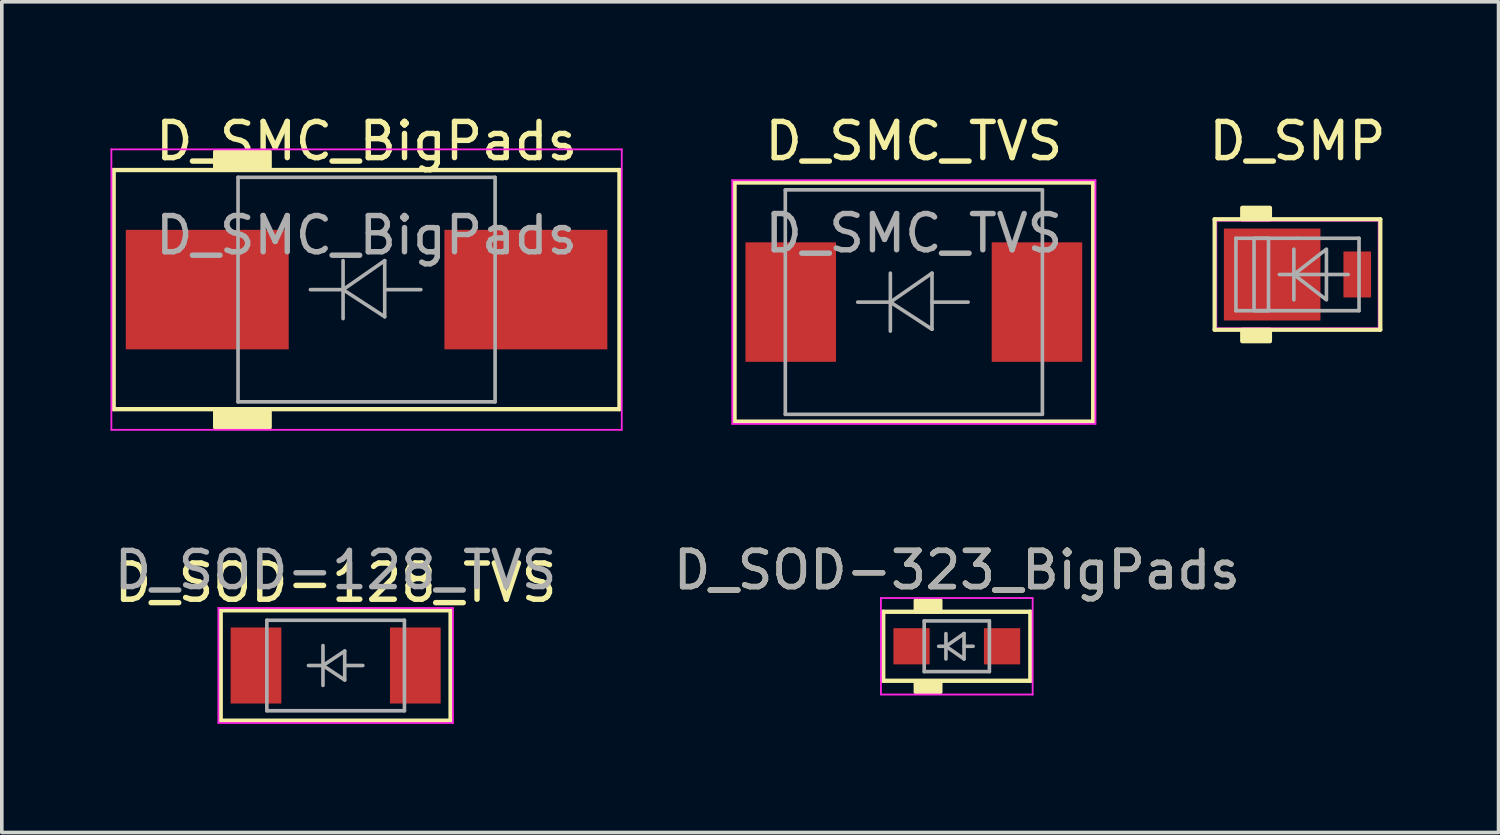
<source format=kicad_pcb>
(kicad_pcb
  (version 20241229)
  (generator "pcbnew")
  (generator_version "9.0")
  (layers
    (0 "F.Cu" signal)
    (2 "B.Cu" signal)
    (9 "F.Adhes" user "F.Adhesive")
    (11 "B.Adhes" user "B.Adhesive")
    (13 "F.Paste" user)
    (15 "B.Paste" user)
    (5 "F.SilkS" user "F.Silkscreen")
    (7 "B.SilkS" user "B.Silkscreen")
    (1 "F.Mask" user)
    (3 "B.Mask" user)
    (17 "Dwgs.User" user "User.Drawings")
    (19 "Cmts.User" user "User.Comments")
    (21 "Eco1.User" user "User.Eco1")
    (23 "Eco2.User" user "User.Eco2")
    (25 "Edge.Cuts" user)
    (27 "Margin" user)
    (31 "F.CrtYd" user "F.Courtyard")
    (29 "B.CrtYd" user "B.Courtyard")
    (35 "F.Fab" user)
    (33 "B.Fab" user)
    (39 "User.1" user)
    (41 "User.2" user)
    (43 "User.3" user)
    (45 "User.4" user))
  (footprint "D_SMC_TVS"
    (layer "F.Cu")
    (at 22.189 5.293)
    (property "Reference" "D_SMC_TVS" (at 0 -4.445 0) (layer "F.SilkS") (effects (font (size 1 1) (thickness 0.15))))
    (attr smd)
    (fp_line (start -4.953 -3.302) (end 4.953 -3.302) (stroke (width 0.12) (type solid)) (layer "F.SilkS"))
    (fp_line (start -4.953 3.302) (end -4.953 -3.302) (stroke (width 0.12) (type solid)) (layer "F.SilkS"))
    (fp_line (start 4.953 -3.302) (end 4.953 3.302) (stroke (width 0.12) (type solid)) (layer "F.SilkS"))
    (fp_line (start 4.953 3.302) (end -4.953 3.302) (stroke (width 0.12) (type solid)) (layer "F.SilkS"))
    (fp_line (start -5.016 -3.365) (end 5.016 -3.365) (stroke (width 0.05) (type solid)) (layer "F.CrtYd"))
    (fp_line (start -5.016 3.365) (end -5.016 -3.365) (stroke (width 0.05) (type solid)) (layer "F.CrtYd"))
    (fp_line (start 5.016 -3.365) (end 5.016 3.365) (stroke (width 0.05) (type solid)) (layer "F.CrtYd"))
    (fp_line (start 5.016 3.365) (end -5.016 3.365) (stroke (width 0.05) (type solid)) (layer "F.CrtYd"))
    (fp_line (start -3.55 3.1) (end -3.55 -3.1) (stroke (width 0.1) (type solid)) (layer "F.Fab"))
    (fp_line (start -0.649 -0.799) (end -0.649 0.801) (stroke (width 0.1) (type solid)) (layer "F.Fab"))
    (fp_line (start -0.649 0.001) (end -1.551 0.001) (stroke (width 0.1) (type solid)) (layer "F.Fab"))
    (fp_line (start -0.649 0.001) (end 0.501 -0.799) (stroke (width 0.1) (type solid)) (layer "F.Fab"))
    (fp_line (start -0.649 0.001) (end 0.501 0.75) (stroke (width 0.1) (type solid)) (layer "F.Fab"))
    (fp_line (start 0.501 0.001) (end 1.499 0.001) (stroke (width 0.1) (type solid)) (layer "F.Fab"))
    (fp_line (start 0.501 0.75) (end 0.501 -0.799) (stroke (width 0.1) (type solid)) (layer "F.Fab"))
    (fp_line (start 3.55 -3.1) (end -3.55 -3.1) (stroke (width 0.1) (type solid)) (layer "F.Fab"))
    (fp_line (start 3.55 -3.1) (end 3.55 3.1) (stroke (width 0.1) (type solid)) (layer "F.Fab"))
    (fp_line (start 3.55 3.1) (end -3.55 3.1) (stroke (width 0.1) (type solid)) (layer "F.Fab"))
    (fp_text user "${REFERENCE}" (at 0 -1.9 0) (layer "F.Fab") (effects (font (size 1 1) (thickness 0.15))))
    (pad "1" smd rect (at -3.4 0 90) (size 3.3 2.5) (layers "F.Cu" "F.Mask" "F.Paste"))
    (pad "2" smd rect (at 3.4 0 90) (size 3.3 2.5) (layers "F.Cu" "F.Mask" "F.Paste")))
  (footprint "D_SOD-323_BigPads"
    (layer "F.Cu")
    (at 23.375 14.799)
    (property "Reference" "D_SOD-323_BigPads" (at 0 -2.104 0) (layer "F.SilkS") (effects (font (size 1 1) (thickness 0.15))))
    (attr smd)
    (fp_line (start -2.032 -0.953) (end -2.032 0.953) (stroke (width 0.12) (type solid)) (layer "F.SilkS"))
    (fp_line (start -2.032 0.953) (end 2.032 0.953) (stroke (width 0.12) (type solid)) (layer "F.SilkS"))
    (fp_line (start 2.032 -0.953) (end -2.032 -0.953) (stroke (width 0.12) (type solid)) (layer "F.SilkS"))
    (fp_line (start 2.032 0.953) (end 2.032 -0.953) (stroke (width 0.12) (type solid)) (layer "F.SilkS"))
    (fp_poly (pts (xy -0.445 -0.953) (xy -1.143 -0.953) (xy -1.143 -1.27) (xy -0.445 -1.27)) (stroke (width 0.1) (type solid)) (fill yes) (layer "F.SilkS"))
    (fp_poly (pts (xy -0.445 1.27) (xy -1.143 1.27) (xy -1.143 0.953) (xy -0.445 0.953)) (stroke (width 0.1) (type solid)) (fill yes) (layer "F.SilkS"))
    (fp_line (start -2.095 -1.333) (end -2.095 1.333) (stroke (width 0.05) (type solid)) (layer "F.CrtYd"))
    (fp_line (start -2.095 -1.333) (end 2.095 -1.333) (stroke (width 0.05) (type solid)) (layer "F.CrtYd"))
    (fp_line (start -2.095 1.333) (end 2.095 1.333) (stroke (width 0.05) (type solid)) (layer "F.CrtYd"))
    (fp_line (start 2.095 -1.333) (end 2.095 1.333) (stroke (width 0.05) (type solid)) (layer "F.CrtYd"))
    (fp_line (start -0.9 -0.7) (end 0.9 -0.7) (stroke (width 0.1) (type solid)) (layer "F.Fab"))
    (fp_line (start -0.9 0.7) (end -0.9 -0.7) (stroke (width 0.1) (type solid)) (layer "F.Fab"))
    (fp_line (start -0.3 -0.35) (end -0.3 0.35) (stroke (width 0.1) (type solid)) (layer "F.Fab"))
    (fp_line (start -0.3 0) (end -0.5 0) (stroke (width 0.1) (type solid)) (layer "F.Fab"))
    (fp_line (start -0.3 0) (end 0.2 -0.35) (stroke (width 0.1) (type solid)) (layer "F.Fab"))
    (fp_line (start 0.2 -0.35) (end 0.2 0.35) (stroke (width 0.1) (type solid)) (layer "F.Fab"))
    (fp_line (start 0.2 0) (end 0.45 0) (stroke (width 0.1) (type solid)) (layer "F.Fab"))
    (fp_line (start 0.2 0.35) (end -0.3 0) (stroke (width 0.1) (type solid)) (layer "F.Fab"))
    (fp_line (start 0.9 -0.7) (end 0.9 0.7) (stroke (width 0.1) (type solid)) (layer "F.Fab"))
    (fp_line (start 0.9 0.7) (end -0.9 0.7) (stroke (width 0.1) (type solid)) (layer "F.Fab"))
    (fp_text user "${REFERENCE}" (at 0 -2.104 0) (layer "F.Fab") (effects (font (size 1 1) (thickness 0.15))))
    (pad "1" smd rect (at -1.25 0) (size 1 1) (layers "F.Cu" "F.Mask" "F.Paste"))
    (pad "2" smd rect (at 1.25 0) (size 1 1) (layers "F.Cu" "F.Mask" "F.Paste")))
  (footprint "D_SMC_BigPads"
    (layer "F.Cu")
    (at 7.074 4.948)
    (property "Reference" "D_SMC_BigPads" (at 0 -4.1 0) (layer "F.SilkS") (effects (font (size 1 1) (thickness 0.15))))
    (attr smd)
    (fp_line (start -6.985 -3.302) (end -6.985 3.302) (stroke (width 0.12) (type solid)) (layer "F.SilkS"))
    (fp_line (start -6.985 3.302) (end 6.985 3.302) (stroke (width 0.12) (type solid)) (layer "F.SilkS"))
    (fp_line (start 6.985 -3.302) (end -6.985 -3.302) (stroke (width 0.12) (type solid)) (layer "F.SilkS"))
    (fp_line (start 6.985 3.302) (end 6.985 -3.302) (stroke (width 0.12) (type solid)) (layer "F.SilkS"))
    (fp_poly (pts (xy -2.667 -3.302) (xy -4.191 -3.302) (xy -4.191 -3.81) (xy -2.667 -3.81)) (stroke (width 0.1) (type solid)) (fill yes) (layer "F.SilkS"))
    (fp_poly (pts (xy -2.667 3.81) (xy -4.191 3.81) (xy -4.191 3.302) (xy -2.667 3.302)) (stroke (width 0.1) (type solid)) (fill yes) (layer "F.SilkS"))
    (fp_line (start -7.048 -3.873) (end 7.048 -3.873) (stroke (width 0.05) (type solid)) (layer "F.CrtYd"))
    (fp_line (start -7.048 3.873) (end -7.048 -3.873) (stroke (width 0.05) (type solid)) (layer "F.CrtYd"))
    (fp_line (start 7.048 -3.873) (end 7.048 3.873) (stroke (width 0.05) (type solid)) (layer "F.CrtYd"))
    (fp_line (start 7.048 3.873) (end -7.048 3.873) (stroke (width 0.05) (type solid)) (layer "F.CrtYd"))
    (fp_line (start -3.55 3.1) (end -3.55 -3.1) (stroke (width 0.1) (type solid)) (layer "F.Fab"))
    (fp_line (start -0.649 -0.799) (end -0.649 0.801) (stroke (width 0.1) (type solid)) (layer "F.Fab"))
    (fp_line (start -0.649 0.001) (end -1.551 0.001) (stroke (width 0.1) (type solid)) (layer "F.Fab"))
    (fp_line (start -0.649 0.001) (end 0.501 -0.799) (stroke (width 0.1) (type solid)) (layer "F.Fab"))
    (fp_line (start -0.649 0.001) (end 0.501 0.75) (stroke (width 0.1) (type solid)) (layer "F.Fab"))
    (fp_line (start 0.501 0.001) (end 1.499 0.001) (stroke (width 0.1) (type solid)) (layer "F.Fab"))
    (fp_line (start 0.501 0.75) (end 0.501 -0.799) (stroke (width 0.1) (type solid)) (layer "F.Fab"))
    (fp_line (start 3.55 -3.1) (end -3.55 -3.1) (stroke (width 0.1) (type solid)) (layer "F.Fab"))
    (fp_line (start 3.55 -3.1) (end 3.55 3.1) (stroke (width 0.1) (type solid)) (layer "F.Fab"))
    (fp_line (start 3.55 3.1) (end -3.55 3.1) (stroke (width 0.1) (type solid)) (layer "F.Fab"))
    (fp_text user "${REFERENCE}" (at 0 -1.5 0) (layer "F.Fab") (effects (font (size 1 1) (thickness 0.15))))
    (pad "1" smd rect (at -4.4 0 90) (size 3.3 4.5) (layers "F.Cu" "F.Mask" "F.Paste"))
    (pad "2" smd rect (at 4.4 0 90) (size 3.3 4.5) (layers "F.Cu" "F.Mask" "F.Paste")))
  (footprint "D_SOD-128_TVS"
    (layer "F.Cu")
    (at 6.22 15.33)
    (property "Reference" "D_SOD-128_TVS" (at 0 -2.286 0) (layer "F.SilkS") (effects (font (size 1 1) (thickness 0.15))))
    (attr smd)
    (fp_line (start -3.175 -1.524) (end -3.175 1.524) (stroke (width 0.12) (type solid)) (layer "F.SilkS"))
    (fp_line (start -3.175 1.524) (end 3.175 1.524) (stroke (width 0.12) (type solid)) (layer "F.SilkS"))
    (fp_line (start 3.175 -1.524) (end -3.175 -1.524) (stroke (width 0.12) (type solid)) (layer "F.SilkS"))
    (fp_line (start 3.175 1.524) (end 3.175 -1.524) (stroke (width 0.12) (type solid)) (layer "F.SilkS"))
    (fp_line (start -3.239 -1.587) (end -3.239 1.587) (stroke (width 0.05) (type solid)) (layer "F.CrtYd"))
    (fp_line (start -3.239 -1.587) (end 3.239 -1.587) (stroke (width 0.05) (type solid)) (layer "F.CrtYd"))
    (fp_line (start 3.239 -1.587) (end 3.239 1.587) (stroke (width 0.05) (type solid)) (layer "F.CrtYd"))
    (fp_line (start 3.239 1.587) (end -3.239 1.587) (stroke (width 0.05) (type solid)) (layer "F.CrtYd"))
    (fp_line (start -1.9 -1.25) (end 1.9 -1.25) (stroke (width 0.1) (type solid)) (layer "F.Fab"))
    (fp_line (start -1.9 1.25) (end -1.9 -1.25) (stroke (width 0.1) (type solid)) (layer "F.Fab"))
    (fp_line (start -0.75 0) (end -0.35 0) (stroke (width 0.1) (type solid)) (layer "F.Fab"))
    (fp_line (start -0.35 0) (end -0.35 -0.55) (stroke (width 0.1) (type solid)) (layer "F.Fab"))
    (fp_line (start -0.35 0) (end -0.35 0.55) (stroke (width 0.1) (type solid)) (layer "F.Fab"))
    (fp_line (start -0.35 0) (end 0.25 -0.4) (stroke (width 0.1) (type solid)) (layer "F.Fab"))
    (fp_line (start 0.25 -0.4) (end 0.25 0.4) (stroke (width 0.1) (type solid)) (layer "F.Fab"))
    (fp_line (start 0.25 0) (end 0.75 0) (stroke (width 0.1) (type solid)) (layer "F.Fab"))
    (fp_line (start 0.25 0.4) (end -0.35 0) (stroke (width 0.1) (type solid)) (layer "F.Fab"))
    (fp_line (start 1.9 -1.25) (end 1.9 1.25) (stroke (width 0.1) (type solid)) (layer "F.Fab"))
    (fp_line (start 1.9 1.25) (end -1.9 1.25) (stroke (width 0.1) (type solid)) (layer "F.Fab"))
    (fp_text user "${REFERENCE}" (at 0 -2.635 0) (layer "F.Fab") (effects (font (size 1 1) (thickness 0.15))))
    (pad "1" smd rect (at -2.2 0) (size 1.4 2.1) (layers "F.Cu" "F.Mask" "F.Paste"))
    (pad "2" smd rect (at 2.2 0) (size 1.4 2.1) (layers "F.Cu" "F.Mask" "F.Paste")))
  (footprint "D_SMP"
    (layer "F.Cu")
    (at 32.784 4.531)
    (property "Reference" "D_SMP" (at 0 -3.683 0) (unlocked yes) (layer "F.SilkS") (effects (font (size 1 1) (thickness 0.15))))
    (fp_line (start -2.286 -1.524) (end 2.286 -1.524) (stroke (width 0.12) (type solid)) (layer "F.SilkS"))
    (fp_line (start -2.286 1.524) (end -2.286 -1.524) (stroke (width 0.12) (type solid)) (layer "F.SilkS"))
    (fp_line (start 2.286 -1.524) (end 2.286 1.524) (stroke (width 0.12) (type solid)) (layer "F.SilkS"))
    (fp_line (start 2.286 1.524) (end -2.286 1.524) (stroke (width 0.12) (type solid)) (layer "F.SilkS"))
    (fp_rect (start -1.524 -1.524) (end -0.762 -1.841) (stroke (width 0.12) (type solid)) (fill yes) (layer "F.SilkS"))
    (fp_rect (start -1.524 1.841) (end -0.762 1.524) (stroke (width 0.12) (type solid)) (fill yes) (layer "F.SilkS"))
    (fp_line (start -2.223 -1.46) (end 2.223 -1.46) (stroke (width 0.013) (type solid)) (layer "F.CrtYd"))
    (fp_line (start -2.223 1.46) (end -2.223 -1.46) (stroke (width 0.013) (type solid)) (layer "F.CrtYd"))
    (fp_line (start 2.223 -1.46) (end 2.223 1.46) (stroke (width 0.013) (type solid)) (layer "F.CrtYd"))
    (fp_line (start 2.223 1.46) (end -2.223 1.46) (stroke (width 0.013) (type solid)) (layer "F.CrtYd"))
    (fp_line (start -1.7 -1) (end -1.7 1) (stroke (width 0.1) (type solid)) (layer "F.Fab"))
    (fp_line (start -1.7 1) (end 1.7 1) (stroke (width 0.1) (type solid)) (layer "F.Fab"))
    (fp_line (start -0.1 -0.7) (end -0.1 0.7) (stroke (width 0.1) (type solid)) (layer "F.Fab"))
    (fp_line (start 0 -1) (end -1.7 -1) (stroke (width 0.1) (type solid)) (layer "F.Fab"))
    (fp_line (start 1.4 0) (end -0.5 0) (stroke (width 0.1) (type solid)) (layer "F.Fab"))
    (fp_line (start 1.7 -1) (end 0 -1) (stroke (width 0.1) (type solid)) (layer "F.Fab"))
    (fp_line (start 1.7 1) (end 1.7 -1) (stroke (width 0.1) (type solid)) (layer "F.Fab"))
    (fp_rect (start -1.2 -1) (end -0.8 1) (stroke (width 0.1) (type solid)) (fill no) (layer "F.Fab"))
    (fp_poly (pts (xy 0.8 0.7) (xy -0.1 0) (xy 0.8 -0.7)) (stroke (width 0.1) (type solid)) (fill no) (layer "F.Fab"))
    (pad "1" smd rect (at -0.699 0) (size 2.667 2.54) (layers "F.Cu" "F.Mask" "F.Paste"))
    (pad "2" smd rect (at 1.651 0) (size 0.762 1.27) (layers "F.Cu" "F.Mask" "F.Paste")))
  (gr_rect
    (start -3 -3)
    (end 38.337 19.942)
    (stroke (width 0.1) (type default))
    (fill no)
    (layer "Edge.Cuts")))
</source>
